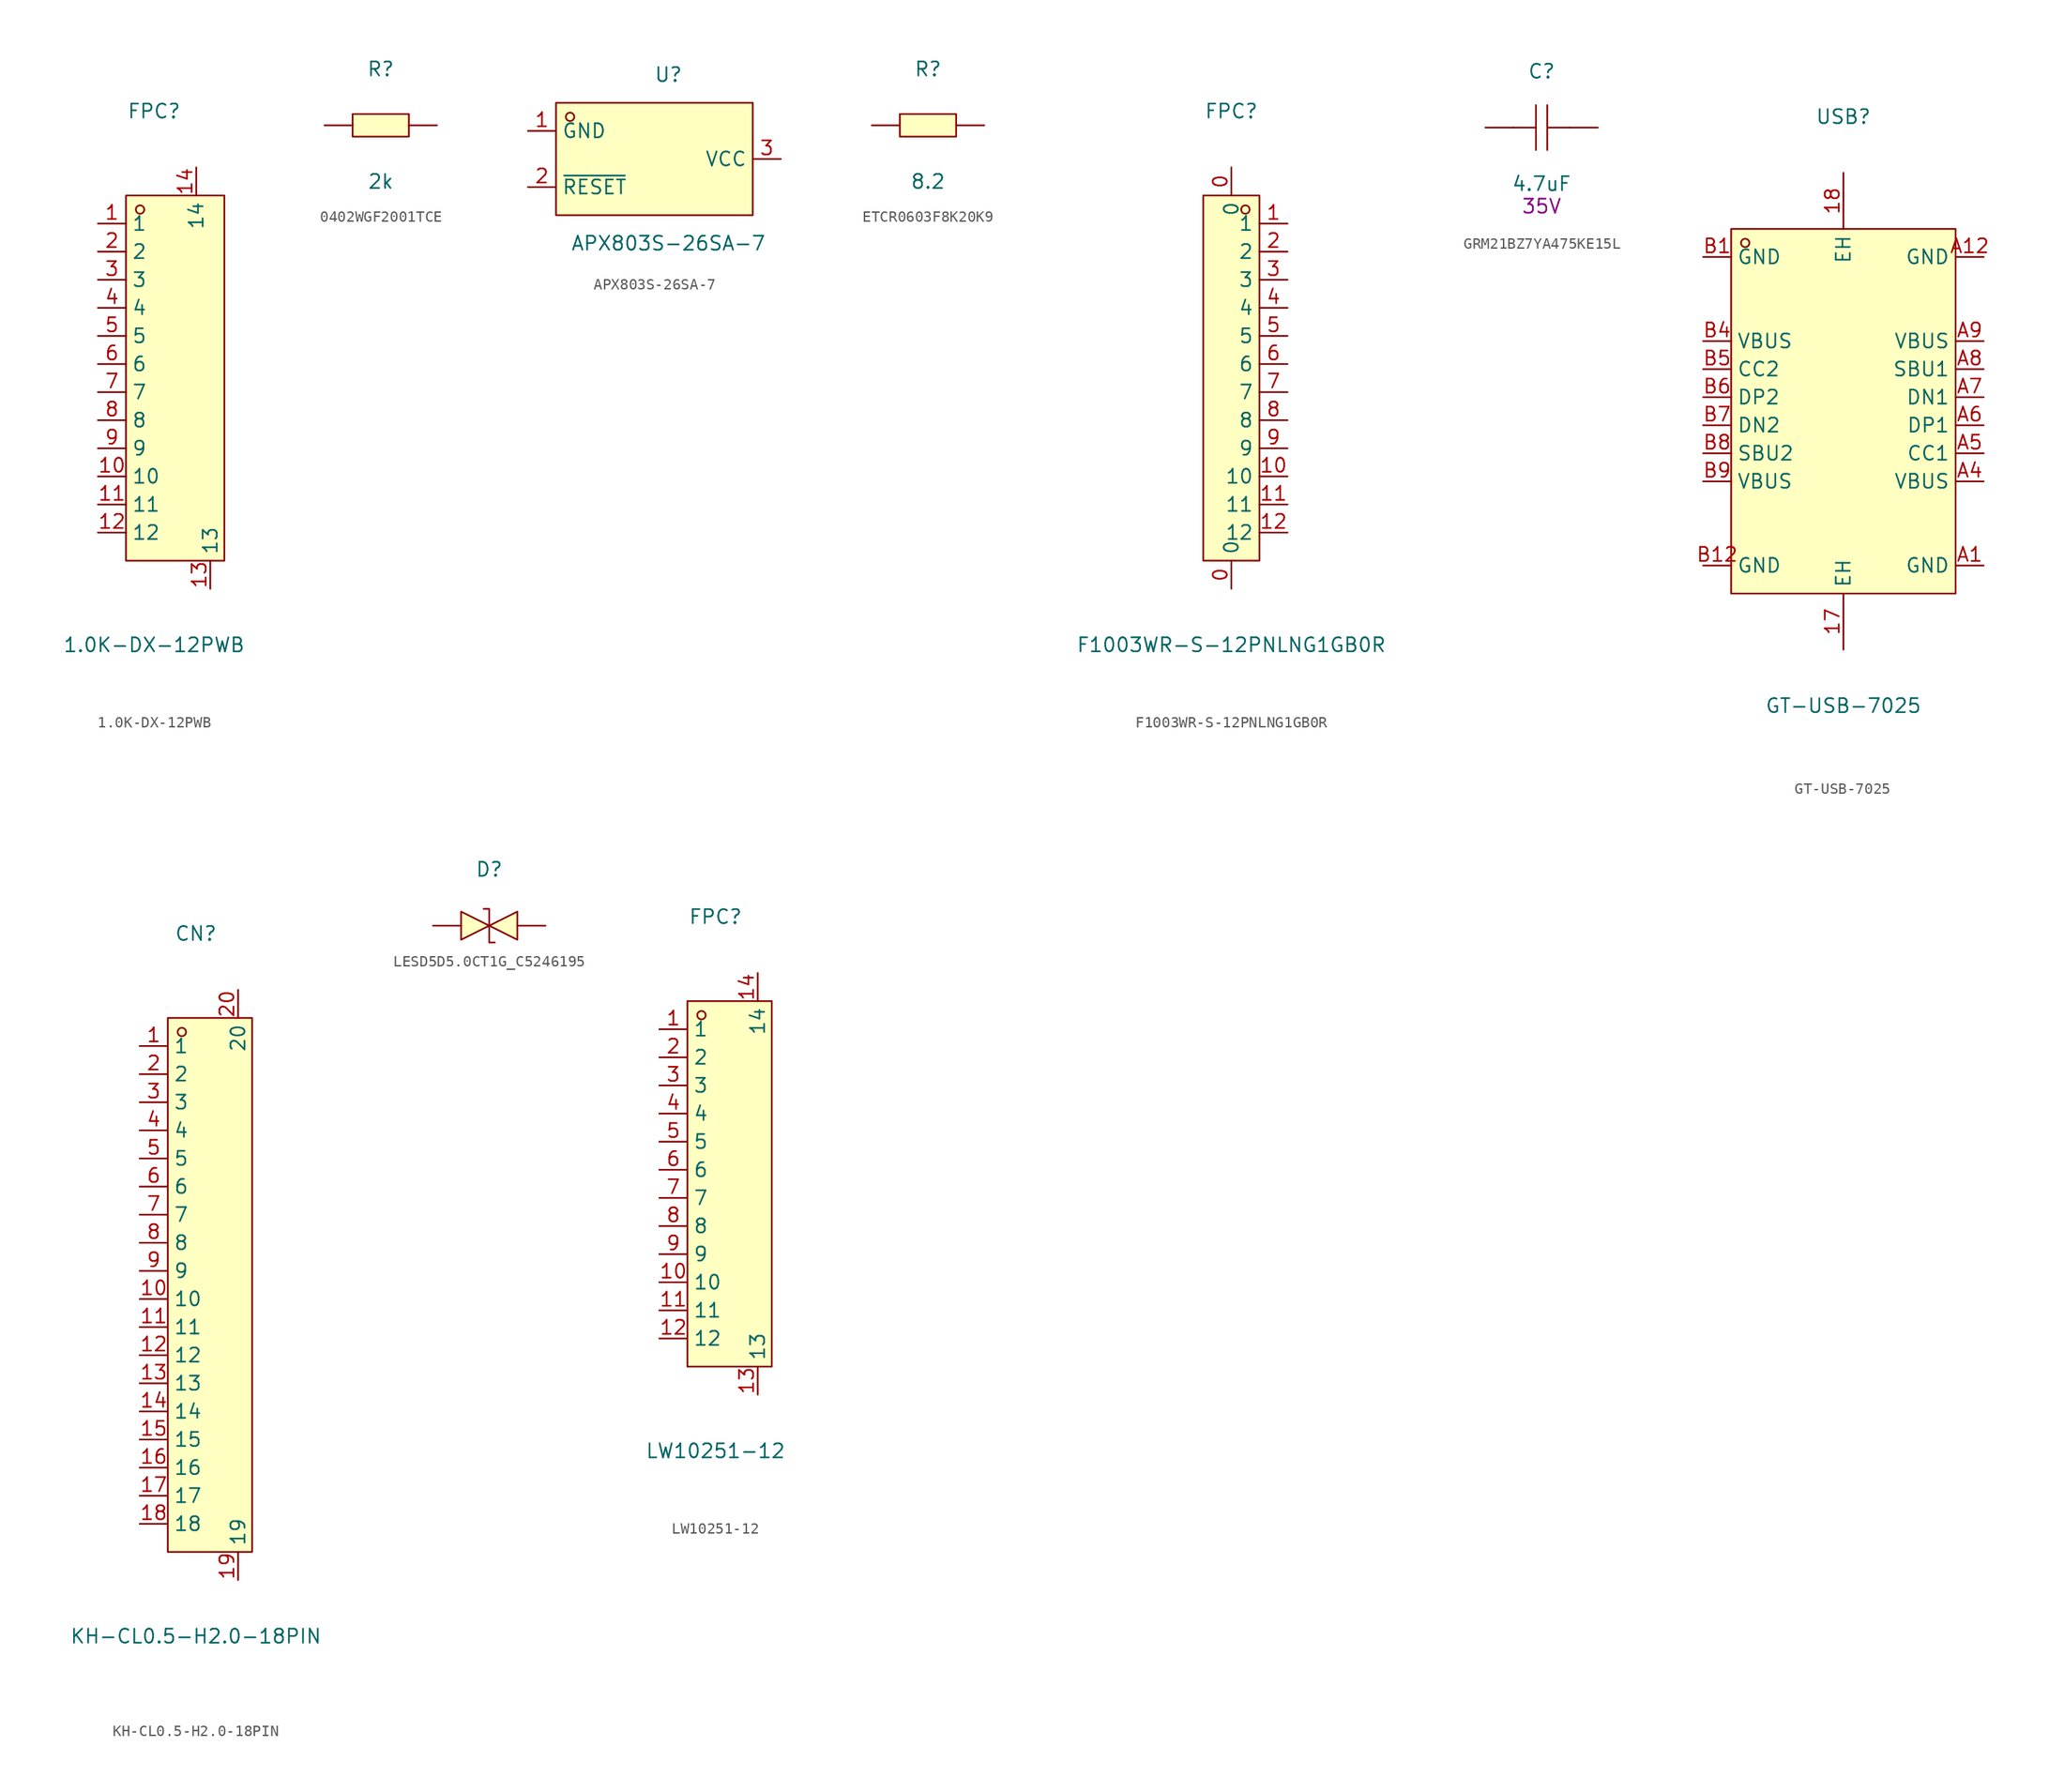
<source format=kicad_sym>
(kicad_symbol_lib
  (version 20231120)
  (generator "kicad_symbol_editor")
  (generator_version "8.0")
  (symbol "1.0K-DX-12PWB"
    (property "Reference" "FPC"
      (at 0 24.13 0)
      (effects (font (size 1.27 1.27))))
    (property "Value" "1.0K-DX-12PWB"
      (at 0 -24.13 0)
      (effects (font (size 1.27 1.27))))
    (symbol "1.0K-DX-12PWB_0_1"
      (rectangle (start -2.54 16.51) (end 6.35 -16.51) (stroke (width 0) (type default)) (fill (type background)))
      (circle (center -1.27 15.24) (radius 0.38) (stroke (width 0) (type default)) (fill (type none)))
      (pin unspecified line (at -5.08 13.97 0) (length 2.54) (name "1" (effects (font (size 1.27 1.27)))) (number "1" (effects (font (size 1.27 1.27)))))
      (pin unspecified line (at -5.08 -8.89 0) (length 2.54) (name "10" (effects (font (size 1.27 1.27)))) (number "10" (effects (font (size 1.27 1.27)))))
      (pin unspecified line (at -5.08 -11.43 0) (length 2.54) (name "11" (effects (font (size 1.27 1.27)))) (number "11" (effects (font (size 1.27 1.27)))))
      (pin unspecified line (at -5.08 -13.97 0) (length 2.54) (name "12" (effects (font (size 1.27 1.27)))) (number "12" (effects (font (size 1.27 1.27)))))
      (pin unspecified line (at 5.08 -19.05 90) (length 2.54) (name "13" (effects (font (size 1.27 1.27)))) (number "13" (effects (font (size 1.27 1.27)))))
      (pin unspecified line (at 3.81 19.05 270) (length 2.54) (name "14" (effects (font (size 1.27 1.27)))) (number "14" (effects (font (size 1.27 1.27)))))
      (pin unspecified line (at -5.08 11.43 0) (length 2.54) (name "2" (effects (font (size 1.27 1.27)))) (number "2" (effects (font (size 1.27 1.27)))))
      (pin unspecified line (at -5.08 8.89 0) (length 2.54) (name "3" (effects (font (size 1.27 1.27)))) (number "3" (effects (font (size 1.27 1.27)))))
      (pin unspecified line (at -5.08 6.35 0) (length 2.54) (name "4" (effects (font (size 1.27 1.27)))) (number "4" (effects (font (size 1.27 1.27)))))
      (pin unspecified line (at -5.08 3.81 0) (length 2.54) (name "5" (effects (font (size 1.27 1.27)))) (number "5" (effects (font (size 1.27 1.27)))))
      (pin unspecified line (at -5.08 1.27 0) (length 2.54) (name "6" (effects (font (size 1.27 1.27)))) (number "6" (effects (font (size 1.27 1.27)))))
      (pin unspecified line (at -5.08 -1.27 0) (length 2.54) (name "7" (effects (font (size 1.27 1.27)))) (number "7" (effects (font (size 1.27 1.27)))))
      (pin unspecified line (at -5.08 -3.81 0) (length 2.54) (name "8" (effects (font (size 1.27 1.27)))) (number "8" (effects (font (size 1.27 1.27)))))
      (pin unspecified line (at -5.08 -6.35 0) (length 2.54) (name "9" (effects (font (size 1.27 1.27)))) (number "9" (effects (font (size 1.27 1.27)))))))
  (symbol "0402WGF2001TCE"
    (pin_numbers hide)
    (pin_names
      (offset 0) hide)
    (property "Reference" "R"
      (at 0 5.08 0)
      (effects (font (size 1.27 1.27))))
    (property "Value" "2k"
      (at 0 -5.08 0)
      (effects (font (size 1.27 1.27))))
    (symbol "0402WGF2001TCE_0_1"
      (rectangle (start -2.54 1.02) (end 2.54 -1.02) (stroke (width 0) (type default)) (fill (type background)))
      (pin input line (at -5.08 0 0) (length 2.54) (name "1" (effects (font (size 1.27 1.27)))) (number "1" (effects (font (size 1.27 1.27)))))
      (pin input line (at 5.08 0 180) (length 2.54) (name "2" (effects (font (size 1.27 1.27)))) (number "2" (effects (font (size 1.27 1.27)))))))
  (symbol "APX803S-26SA-7"
    (property "Reference" "U"
      (at 0 7.62 0)
      (effects (font (size 1.27 1.27))))
    (property "Value" "APX803S-26SA-7"
      (at 0 -7.62 0)
      (effects (font (size 1.27 1.27))))
    (symbol "APX803S-26SA-7_0_1"
      (rectangle (start -10.16 5.08) (end 7.62 -5.08) (stroke (width 0) (type default)) (fill (type background)))
      (circle (center -8.89 3.81) (radius 0.38) (stroke (width 0) (type default)) (fill (type none)))
      (pin unspecified line (at -12.7 2.54 0) (length 2.54) (name "GND" (effects (font (size 1.27 1.27)))) (number "1" (effects (font (size 1.27 1.27)))))
      (pin unspecified line (at -12.7 -2.54 0) (length 2.54) (name "~{RESET}" (effects (font (size 1.27 1.27)))) (number "2" (effects (font (size 1.27 1.27)))))
      (pin unspecified line (at 10.16 0 180) (length 2.54) (name "VCC" (effects (font (size 1.27 1.27)))) (number "3" (effects (font (size 1.27 1.27)))))))
  (symbol "ETCR0603F8K20K9"
    (pin_numbers hide)
    (pin_names
      (offset 0) hide)
    (property "Reference" "R"
      (at 0 5.08 0)
      (effects (font (size 1.27 1.27))))
    (property "Value" "8.2"
      (at 0 -5.08 0)
      (effects (font (size 1.27 1.27))))
    (symbol "ETCR0603F8K20K9_0_1"
      (rectangle (start -2.54 1.02) (end 2.54 -1.02) (stroke (width 0) (type default)) (fill (type background)))
      (pin unspecified line (at -5.08 0 0) (length 2.54) (name "1" (effects (font (size 1.27 1.27)))) (number "1" (effects (font (size 1.27 1.27)))))
      (pin unspecified line (at 5.08 0 180) (length 2.54) (name "2" (effects (font (size 1.27 1.27)))) (number "2" (effects (font (size 1.27 1.27)))))))
  (symbol "F1003WR-S-12PNLNG1GB0R"
    (property "Reference" "FPC"
      (at 0 25.4 0)
      (effects (font (size 1.27 1.27))))
    (property "Value" "F1003WR-S-12PNLNG1GB0R"
      (at 0 -22.86 0)
      (effects (font (size 1.27 1.27))))
    (symbol "F1003WR-S-12PNLNG1GB0R_0_1"
      (rectangle (start -2.54 17.78) (end 2.54 -15.24) (stroke (width 0) (type default)) (fill (type background)))
      (circle (center 1.27 16.51) (radius 0.38) (stroke (width 0) (type default)) (fill (type none)))
      (pin unspecified line (at 0 -17.78 90) (length 2.54) (name "0" (effects (font (size 1.27 1.27)))) (number "0" (effects (font (size 1.27 1.27)))))
      (pin unspecified line (at 0 20.32 270) (length 2.54) (name "0" (effects (font (size 1.27 1.27)))) (number "0" (effects (font (size 1.27 1.27)))))
      (pin unspecified line (at 5.08 15.24 180) (length 2.54) (name "1" (effects (font (size 1.27 1.27)))) (number "1" (effects (font (size 1.27 1.27)))))
      (pin unspecified line (at 5.08 -7.62 180) (length 2.54) (name "10" (effects (font (size 1.27 1.27)))) (number "10" (effects (font (size 1.27 1.27)))))
      (pin unspecified line (at 5.08 -10.16 180) (length 2.54) (name "11" (effects (font (size 1.27 1.27)))) (number "11" (effects (font (size 1.27 1.27)))))
      (pin unspecified line (at 5.08 -12.7 180) (length 2.54) (name "12" (effects (font (size 1.27 1.27)))) (number "12" (effects (font (size 1.27 1.27)))))
      (pin unspecified line (at 5.08 12.7 180) (length 2.54) (name "2" (effects (font (size 1.27 1.27)))) (number "2" (effects (font (size 1.27 1.27)))))
      (pin unspecified line (at 5.08 10.16 180) (length 2.54) (name "3" (effects (font (size 1.27 1.27)))) (number "3" (effects (font (size 1.27 1.27)))))
      (pin unspecified line (at 5.08 7.62 180) (length 2.54) (name "4" (effects (font (size 1.27 1.27)))) (number "4" (effects (font (size 1.27 1.27)))))
      (pin unspecified line (at 5.08 5.08 180) (length 2.54) (name "5" (effects (font (size 1.27 1.27)))) (number "5" (effects (font (size 1.27 1.27)))))
      (pin unspecified line (at 5.08 2.54 180) (length 2.54) (name "6" (effects (font (size 1.27 1.27)))) (number "6" (effects (font (size 1.27 1.27)))))
      (pin unspecified line (at 5.08 0 180) (length 2.54) (name "7" (effects (font (size 1.27 1.27)))) (number "7" (effects (font (size 1.27 1.27)))))
      (pin unspecified line (at 5.08 -2.54 180) (length 2.54) (name "8" (effects (font (size 1.27 1.27)))) (number "8" (effects (font (size 1.27 1.27)))))
      (pin unspecified line (at 5.08 -5.08 180) (length 2.54) (name "9" (effects (font (size 1.27 1.27)))) (number "9" (effects (font (size 1.27 1.27)))))))
  (symbol "GRM21BZ7YA475KE15L"
    (pin_numbers hide)
    (pin_names
      (offset 0) hide)
    (property "Reference" "C"
      (at 0 5.08 0)
      (effects (font (size 1.27 1.27))))
    (property "Value" "4.7uF"
      (at 0 -5.08 0)
      (effects (font (size 1.27 1.27))))
    (property "Voltage" "35V"
      (at 0 -7.112 0)
      (effects (font (size 1.27 1.27))))
    (symbol "GRM21BZ7YA475KE15L_0_1"
      (polyline (pts (xy -0.51 -2.03) (xy -0.51 2.03)) (stroke (width 0) (type default)) (fill (type none)))
      (polyline (pts (xy -0.51 0) (xy -2.54 0)) (stroke (width 0) (type default)) (fill (type none)))
      (polyline (pts (xy 0.51 2.03) (xy 0.51 -2.03)) (stroke (width 0) (type default)) (fill (type none)))
      (polyline (pts (xy 2.54 0) (xy 0.51 0)) (stroke (width 0) (type default)) (fill (type none)))
      (pin input line (at -5.08 0 0) (length 2.54) (name "1" (effects (font (size 1.27 1.27)))) (number "1" (effects (font (size 1.27 1.27)))))
      (pin input line (at 5.08 0 180) (length 2.54) (name "2" (effects (font (size 1.27 1.27)))) (number "2" (effects (font (size 1.27 1.27)))))))
  (symbol "GT-USB-7025"
    (property "Reference" "USB"
      (at 0 25.4 0)
      (effects (font (size 1.27 1.27))))
    (property "Value" "GT-USB-7025"
      (at 0 -27.94 0)
      (effects (font (size 1.27 1.27))))
    (symbol "GT-USB-7025_0_1"
      (rectangle (start -10.16 15.24) (end 10.16 -17.78) (stroke (width 0) (type default)) (fill (type background)))
      (circle (center -8.89 13.97) (radius 0.38) (stroke (width 0) (type default)) (fill (type none)))
      (pin unspecified line (at 0 -22.86 90) (length 5.08) (name "EH" (effects (font (size 1.27 1.27)))) (number "17" (effects (font (size 1.27 1.27)))))
      (pin unspecified line (at 0 20.32 270) (length 5.08) (name "EH" (effects (font (size 1.27 1.27)))) (number "18" (effects (font (size 1.27 1.27)))))
      (pin unspecified line (at 12.7 -15.24 180) (length 2.54) (name "GND" (effects (font (size 1.27 1.27)))) (number "A1" (effects (font (size 1.27 1.27)))))
      (pin unspecified line (at 12.7 12.7 180) (length 2.54) (name "GND" (effects (font (size 1.27 1.27)))) (number "A12" (effects (font (size 1.27 1.27)))))
      (pin unspecified line (at 12.7 -7.62 180) (length 2.54) (name "VBUS" (effects (font (size 1.27 1.27)))) (number "A4" (effects (font (size 1.27 1.27)))))
      (pin unspecified line (at 12.7 -5.08 180) (length 2.54) (name "CC1" (effects (font (size 1.27 1.27)))) (number "A5" (effects (font (size 1.27 1.27)))))
      (pin unspecified line (at 12.7 -2.54 180) (length 2.54) (name "DP1" (effects (font (size 1.27 1.27)))) (number "A6" (effects (font (size 1.27 1.27)))))
      (pin unspecified line (at 12.7 0 180) (length 2.54) (name "DN1" (effects (font (size 1.27 1.27)))) (number "A7" (effects (font (size 1.27 1.27)))))
      (pin unspecified line (at 12.7 2.54 180) (length 2.54) (name "SBU1" (effects (font (size 1.27 1.27)))) (number "A8" (effects (font (size 1.27 1.27)))))
      (pin unspecified line (at 12.7 5.08 180) (length 2.54) (name "VBUS" (effects (font (size 1.27 1.27)))) (number "A9" (effects (font (size 1.27 1.27)))))
      (pin unspecified line (at -12.7 12.7 0) (length 2.54) (name "GND" (effects (font (size 1.27 1.27)))) (number "B1" (effects (font (size 1.27 1.27)))))
      (pin unspecified line (at -12.7 -15.24 0) (length 2.54) (name "GND" (effects (font (size 1.27 1.27)))) (number "B12" (effects (font (size 1.27 1.27)))))
      (pin unspecified line (at -12.7 5.08 0) (length 2.54) (name "VBUS" (effects (font (size 1.27 1.27)))) (number "B4" (effects (font (size 1.27 1.27)))))
      (pin unspecified line (at -12.7 2.54 0) (length 2.54) (name "CC2" (effects (font (size 1.27 1.27)))) (number "B5" (effects (font (size 1.27 1.27)))))
      (pin unspecified line (at -12.7 0 0) (length 2.54) (name "DP2" (effects (font (size 1.27 1.27)))) (number "B6" (effects (font (size 1.27 1.27)))))
      (pin unspecified line (at -12.7 -2.54 0) (length 2.54) (name "DN2" (effects (font (size 1.27 1.27)))) (number "B7" (effects (font (size 1.27 1.27)))))
      (pin unspecified line (at -12.7 -5.08 0) (length 2.54) (name "SBU2" (effects (font (size 1.27 1.27)))) (number "B8" (effects (font (size 1.27 1.27)))))
      (pin unspecified line (at -12.7 -7.62 0) (length 2.54) (name "VBUS" (effects (font (size 1.27 1.27)))) (number "B9" (effects (font (size 1.27 1.27)))))))
  (symbol "KH-CL0.5-H2.0-18PIN"
    (property "Reference" "CN"
      (at 0 31.75 0)
      (effects (font (size 1.27 1.27))))
    (property "Value" "KH-CL0.5-H2.0-18PIN"
      (at 0 -31.75 0)
      (effects (font (size 1.27 1.27))))
    (symbol "KH-CL0.5-H2.0-18PIN_0_1"
      (rectangle (start -2.54 24.13) (end 5.08 -24.13) (stroke (width 0) (type default)) (fill (type background)))
      (circle (center -1.27 22.86) (radius 0.38) (stroke (width 0) (type default)) (fill (type none)))
      (pin unspecified line (at -5.08 21.59 0) (length 2.54) (name "1" (effects (font (size 1.27 1.27)))) (number "1" (effects (font (size 1.27 1.27)))))
      (pin unspecified line (at -5.08 -1.27 0) (length 2.54) (name "10" (effects (font (size 1.27 1.27)))) (number "10" (effects (font (size 1.27 1.27)))))
      (pin unspecified line (at -5.08 -3.81 0) (length 2.54) (name "11" (effects (font (size 1.27 1.27)))) (number "11" (effects (font (size 1.27 1.27)))))
      (pin unspecified line (at -5.08 -6.35 0) (length 2.54) (name "12" (effects (font (size 1.27 1.27)))) (number "12" (effects (font (size 1.27 1.27)))))
      (pin unspecified line (at -5.08 -8.89 0) (length 2.54) (name "13" (effects (font (size 1.27 1.27)))) (number "13" (effects (font (size 1.27 1.27)))))
      (pin unspecified line (at -5.08 -11.43 0) (length 2.54) (name "14" (effects (font (size 1.27 1.27)))) (number "14" (effects (font (size 1.27 1.27)))))
      (pin unspecified line (at -5.08 -13.97 0) (length 2.54) (name "15" (effects (font (size 1.27 1.27)))) (number "15" (effects (font (size 1.27 1.27)))))
      (pin unspecified line (at -5.08 -16.51 0) (length 2.54) (name "16" (effects (font (size 1.27 1.27)))) (number "16" (effects (font (size 1.27 1.27)))))
      (pin unspecified line (at -5.08 -19.05 0) (length 2.54) (name "17" (effects (font (size 1.27 1.27)))) (number "17" (effects (font (size 1.27 1.27)))))
      (pin unspecified line (at -5.08 -21.59 0) (length 2.54) (name "18" (effects (font (size 1.27 1.27)))) (number "18" (effects (font (size 1.27 1.27)))))
      (pin unspecified line (at 3.81 -26.67 90) (length 2.54) (name "19" (effects (font (size 1.27 1.27)))) (number "19" (effects (font (size 1.27 1.27)))))
      (pin unspecified line (at -5.08 19.05 0) (length 2.54) (name "2" (effects (font (size 1.27 1.27)))) (number "2" (effects (font (size 1.27 1.27)))))
      (pin unspecified line (at 3.81 26.67 270) (length 2.54) (name "20" (effects (font (size 1.27 1.27)))) (number "20" (effects (font (size 1.27 1.27)))))
      (pin unspecified line (at -5.08 16.51 0) (length 2.54) (name "3" (effects (font (size 1.27 1.27)))) (number "3" (effects (font (size 1.27 1.27)))))
      (pin unspecified line (at -5.08 13.97 0) (length 2.54) (name "4" (effects (font (size 1.27 1.27)))) (number "4" (effects (font (size 1.27 1.27)))))
      (pin unspecified line (at -5.08 11.43 0) (length 2.54) (name "5" (effects (font (size 1.27 1.27)))) (number "5" (effects (font (size 1.27 1.27)))))
      (pin unspecified line (at -5.08 8.89 0) (length 2.54) (name "6" (effects (font (size 1.27 1.27)))) (number "6" (effects (font (size 1.27 1.27)))))
      (pin unspecified line (at -5.08 6.35 0) (length 2.54) (name "7" (effects (font (size 1.27 1.27)))) (number "7" (effects (font (size 1.27 1.27)))))
      (pin unspecified line (at -5.08 3.81 0) (length 2.54) (name "8" (effects (font (size 1.27 1.27)))) (number "8" (effects (font (size 1.27 1.27)))))
      (pin unspecified line (at -5.08 1.27 0) (length 2.54) (name "9" (effects (font (size 1.27 1.27)))) (number "9" (effects (font (size 1.27 1.27)))))))
  (symbol "LESD5D5.0CT1G_C5246195"
    (pin_numbers hide)
    (pin_names
      (offset 0) hide)
    (property "Reference" "D"
      (at 0 5.08 0)
      (effects (font (size 1.27 1.27))))
    (symbol "LESD5D5.0CT1G_C5246195_0_1"
      (polyline (pts (xy -2.54 1.27) (xy 0 0) (xy -2.54 -1.27) (xy -2.54 1.27)) (stroke (width 0) (type default)) (fill (type background)))
      (polyline (pts (xy 2.54 1.27) (xy 0 0) (xy 2.54 -1.27) (xy 2.54 1.27)) (stroke (width 0) (type default)) (fill (type background)))
      (polyline (pts (xy -0.51 1.52) (xy -0.51 1.52) (xy 0 1.52) (xy 0 -1.52) (xy 0.51 -1.52) (xy 0.51 -1.52)) (stroke (width 0) (type default)) (fill (type none)))
      (pin unspecified line (at -5.08 0 0) (length 2.54) (name "1" (effects (font (size 1.27 1.27)))) (number "1" (effects (font (size 1.27 1.27)))))
      (pin unspecified line (at 5.08 0 180) (length 2.54) (name "2" (effects (font (size 1.27 1.27)))) (number "2" (effects (font (size 1.27 1.27)))))))
  (symbol "LW10251-12"
    (property "Reference" "FPC"
      (at 0 24.13 0)
      (effects (font (size 1.27 1.27))))
    (property "Value" "LW10251-12"
      (at 0 -24.13 0)
      (effects (font (size 1.27 1.27))))
    (symbol "LW10251-12_0_1"
      (rectangle (start -2.54 16.51) (end 5.08 -16.51) (stroke (width 0) (type default)) (fill (type background)))
      (circle (center -1.27 15.24) (radius 0.38) (stroke (width 0) (type default)) (fill (type none)))
      (pin unspecified line (at -5.08 13.97 0) (length 2.54) (name "1" (effects (font (size 1.27 1.27)))) (number "1" (effects (font (size 1.27 1.27)))))
      (pin unspecified line (at -5.08 -8.89 0) (length 2.54) (name "10" (effects (font (size 1.27 1.27)))) (number "10" (effects (font (size 1.27 1.27)))))
      (pin unspecified line (at -5.08 -11.43 0) (length 2.54) (name "11" (effects (font (size 1.27 1.27)))) (number "11" (effects (font (size 1.27 1.27)))))
      (pin unspecified line (at -5.08 -13.97 0) (length 2.54) (name "12" (effects (font (size 1.27 1.27)))) (number "12" (effects (font (size 1.27 1.27)))))
      (pin unspecified line (at 3.81 -19.05 90) (length 2.54) (name "13" (effects (font (size 1.27 1.27)))) (number "13" (effects (font (size 1.27 1.27)))))
      (pin unspecified line (at 3.81 19.05 270) (length 2.54) (name "14" (effects (font (size 1.27 1.27)))) (number "14" (effects (font (size 1.27 1.27)))))
      (pin unspecified line (at -5.08 11.43 0) (length 2.54) (name "2" (effects (font (size 1.27 1.27)))) (number "2" (effects (font (size 1.27 1.27)))))
      (pin unspecified line (at -5.08 8.89 0) (length 2.54) (name "3" (effects (font (size 1.27 1.27)))) (number "3" (effects (font (size 1.27 1.27)))))
      (pin unspecified line (at -5.08 6.35 0) (length 2.54) (name "4" (effects (font (size 1.27 1.27)))) (number "4" (effects (font (size 1.27 1.27)))))
      (pin unspecified line (at -5.08 3.81 0) (length 2.54) (name "5" (effects (font (size 1.27 1.27)))) (number "5" (effects (font (size 1.27 1.27)))))
      (pin unspecified line (at -5.08 1.27 0) (length 2.54) (name "6" (effects (font (size 1.27 1.27)))) (number "6" (effects (font (size 1.27 1.27)))))
      (pin unspecified line (at -5.08 -1.27 0) (length 2.54) (name "7" (effects (font (size 1.27 1.27)))) (number "7" (effects (font (size 1.27 1.27)))))
      (pin unspecified line (at -5.08 -3.81 0) (length 2.54) (name "8" (effects (font (size 1.27 1.27)))) (number "8" (effects (font (size 1.27 1.27)))))
      (pin unspecified line (at -5.08 -6.35 0) (length 2.54) (name "9" (effects (font (size 1.27 1.27)))) (number "9" (effects (font (size 1.27 1.27))))))))
</source>
